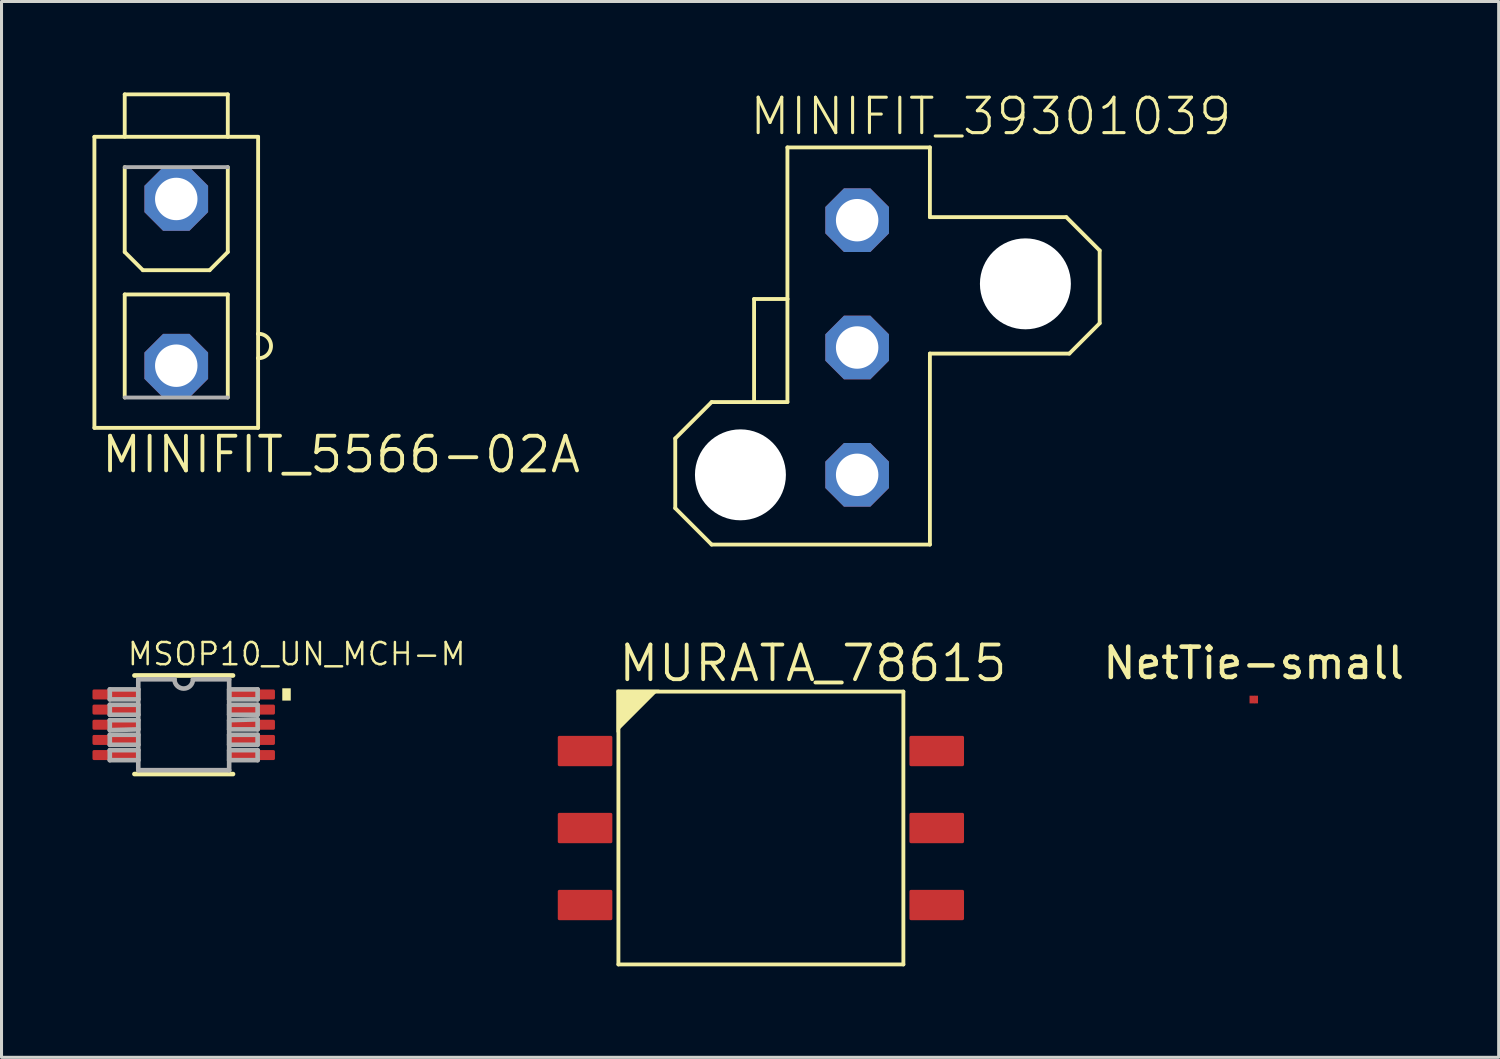
<source format=kicad_pcb>
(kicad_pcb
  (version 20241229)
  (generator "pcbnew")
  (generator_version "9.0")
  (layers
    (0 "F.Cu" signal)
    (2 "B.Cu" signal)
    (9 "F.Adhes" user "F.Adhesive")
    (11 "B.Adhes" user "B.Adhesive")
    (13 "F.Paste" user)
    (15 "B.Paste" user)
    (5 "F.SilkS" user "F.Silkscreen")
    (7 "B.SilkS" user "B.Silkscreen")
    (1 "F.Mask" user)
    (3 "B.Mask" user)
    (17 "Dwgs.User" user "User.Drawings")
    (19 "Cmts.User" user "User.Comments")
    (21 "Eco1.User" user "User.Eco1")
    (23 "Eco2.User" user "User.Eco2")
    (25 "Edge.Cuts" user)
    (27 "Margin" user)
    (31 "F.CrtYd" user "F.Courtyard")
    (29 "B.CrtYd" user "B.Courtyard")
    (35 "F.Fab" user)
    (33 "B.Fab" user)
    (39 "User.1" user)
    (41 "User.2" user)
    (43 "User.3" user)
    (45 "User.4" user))
  (footprint "MURATA_78615"
    (layer "F.Cu")
    (at 22.049 24.263)
    (property "Reference" "MURATA_78615" (at -4.763 -4.763 0) (layer "F.SilkS") (effects (font (size 1.143 1.143) (thickness 0.127)) (justify left bottom)))
    (attr smd)
    (fp_line (start -4.7 -4.5) (end 4.7 -4.5) (stroke (width 0.127) (type solid)) (layer "F.SilkS"))
    (fp_line (start -4.7 4.5) (end -4.7 -4.5) (stroke (width 0.127) (type solid)) (layer "F.SilkS"))
    (fp_line (start 4.7 -4.5) (end 4.7 4.5) (stroke (width 0.127) (type solid)) (layer "F.SilkS"))
    (fp_line (start 4.7 4.5) (end -4.7 4.5) (stroke (width 0.127) (type solid)) (layer "F.SilkS"))
    (fp_poly (pts (xy -4.763 -3.147) (xy -4.763 -4.564) (xy -3.347 -4.564)) (stroke (width 0) (type default)) (fill yes) (layer "F.SilkS"))
    (pad "1" smd roundrect (at -5.8 -2.54) (size 1.8 1) (layers "F.Cu" "F.Mask" "F.Paste") (roundrect_rratio 0.051))
    (pad "2" smd roundrect (at -5.8 0) (size 1.8 1) (layers "F.Cu" "F.Mask" "F.Paste") (roundrect_rratio 0.051))
    (pad "3" smd roundrect (at -5.8 2.54) (size 1.8 1) (layers "F.Cu" "F.Mask" "F.Paste") (roundrect_rratio 0.051))
    (pad "4" smd roundrect (at 5.8 2.54) (size 1.8 1) (layers "F.Cu" "F.Mask" "F.Paste") (roundrect_rratio 0.051))
    (pad "5" smd roundrect (at 5.8 0) (size 1.8 1) (layers "F.Cu" "F.Mask" "F.Paste") (roundrect_rratio 0.051))
    (pad "6" smd roundrect (at 5.8 -2.54) (size 1.8 1) (layers "F.Cu" "F.Mask" "F.Paste") (roundrect_rratio 0.051)))
  (footprint "MSOP10_UN_MCH-M"
    (layer "F.Cu")
    (at 3.01 20.857)
    (property "Reference" "MSOP10_UN_MCH-M" (at -1.905 -1.905 0) (layer "F.SilkS") (effects (font (size 0.732 0.732) (thickness 0.081)) (justify left bottom)))
    (fp_line (start -1.626 1.626) (end 1.626 1.626) (stroke (width 0.152) (type solid)) (layer "F.SilkS"))
    (fp_line (start 1.626 -1.626) (end -1.626 -1.626) (stroke (width 0.152) (type solid)) (layer "F.SilkS"))
    (fp_poly (pts (xy 3.531 -0.797) (xy 3.251 -0.797) (xy 3.251 -1.203) (xy 3.531 -1.203)) (stroke (width 0) (type default)) (fill yes) (layer "F.SilkS"))
    (fp_line (start -2.438 -1.168) (end -2.438 -0.838) (stroke (width 0.152) (type solid)) (layer "F.Fab"))
    (fp_line (start -2.438 -0.838) (end -1.499 -0.838) (stroke (width 0.152) (type solid)) (layer "F.Fab"))
    (fp_line (start -2.438 -0.66) (end -2.438 -0.33) (stroke (width 0.152) (type solid)) (layer "F.Fab"))
    (fp_line (start -2.438 -0.33) (end -1.499 -0.33) (stroke (width 0.152) (type solid)) (layer "F.Fab"))
    (fp_line (start -2.438 -0.152) (end -2.438 0.178) (stroke (width 0.152) (type solid)) (layer "F.Fab"))
    (fp_line (start -2.438 0.178) (end -1.499 0.152) (stroke (width 0.152) (type solid)) (layer "F.Fab"))
    (fp_line (start -2.438 0.33) (end -2.438 0.66) (stroke (width 0.152) (type solid)) (layer "F.Fab"))
    (fp_line (start -2.438 0.66) (end -1.499 0.66) (stroke (width 0.152) (type solid)) (layer "F.Fab"))
    (fp_line (start -2.438 0.838) (end -2.438 1.168) (stroke (width 0.152) (type solid)) (layer "F.Fab"))
    (fp_line (start -2.438 1.168) (end -1.499 1.168) (stroke (width 0.152) (type solid)) (layer "F.Fab"))
    (fp_line (start -1.499 -1.499) (end -1.499 1.499) (stroke (width 0.152) (type solid)) (layer "F.Fab"))
    (fp_line (start -1.499 -1.168) (end -2.438 -1.168) (stroke (width 0.152) (type solid)) (layer "F.Fab"))
    (fp_line (start -1.499 -0.838) (end -1.499 -1.168) (stroke (width 0.152) (type solid)) (layer "F.Fab"))
    (fp_line (start -1.499 -0.66) (end -2.438 -0.66) (stroke (width 0.152) (type solid)) (layer "F.Fab"))
    (fp_line (start -1.499 -0.33) (end -1.499 -0.66) (stroke (width 0.152) (type solid)) (layer "F.Fab"))
    (fp_line (start -1.499 -0.152) (end -2.438 -0.152) (stroke (width 0.152) (type solid)) (layer "F.Fab"))
    (fp_line (start -1.499 0.152) (end -1.499 -0.152) (stroke (width 0.152) (type solid)) (layer "F.Fab"))
    (fp_line (start -1.499 0.33) (end -2.438 0.33) (stroke (width 0.152) (type solid)) (layer "F.Fab"))
    (fp_line (start -1.499 0.66) (end -1.499 0.33) (stroke (width 0.152) (type solid)) (layer "F.Fab"))
    (fp_line (start -1.499 0.838) (end -2.438 0.838) (stroke (width 0.152) (type solid)) (layer "F.Fab"))
    (fp_line (start -1.499 1.168) (end -1.499 0.838) (stroke (width 0.152) (type solid)) (layer "F.Fab"))
    (fp_line (start -1.499 1.499) (end 1.499 1.499) (stroke (width 0.152) (type solid)) (layer "F.Fab"))
    (fp_line (start -0.305 -1.499) (end -1.499 -1.499) (stroke (width 0.152) (type solid)) (layer "F.Fab"))
    (fp_line (start 1.499 -1.499) (end 0.305 -1.499) (stroke (width 0.152) (type solid)) (layer "F.Fab"))
    (fp_line (start 1.499 -1.168) (end 1.499 -0.838) (stroke (width 0.152) (type solid)) (layer "F.Fab"))
    (fp_line (start 1.499 -0.838) (end 2.438 -0.838) (stroke (width 0.152) (type solid)) (layer "F.Fab"))
    (fp_line (start 1.499 -0.66) (end 1.499 -0.33) (stroke (width 0.152) (type solid)) (layer "F.Fab"))
    (fp_line (start 1.499 -0.33) (end 2.438 -0.33) (stroke (width 0.152) (type solid)) (layer "F.Fab"))
    (fp_line (start 1.499 -0.152) (end 1.499 0.152) (stroke (width 0.152) (type solid)) (layer "F.Fab"))
    (fp_line (start 1.499 0.152) (end 2.438 0.152) (stroke (width 0.152) (type solid)) (layer "F.Fab"))
    (fp_line (start 1.499 0.33) (end 1.499 0.66) (stroke (width 0.152) (type solid)) (layer "F.Fab"))
    (fp_line (start 1.499 0.66) (end 2.438 0.66) (stroke (width 0.152) (type solid)) (layer "F.Fab"))
    (fp_line (start 1.499 0.838) (end 1.499 1.168) (stroke (width 0.152) (type solid)) (layer "F.Fab"))
    (fp_line (start 1.499 1.168) (end 2.438 1.168) (stroke (width 0.152) (type solid)) (layer "F.Fab"))
    (fp_line (start 1.499 1.499) (end 1.499 -1.499) (stroke (width 0.152) (type solid)) (layer "F.Fab"))
    (fp_line (start 2.438 -1.168) (end 1.499 -1.168) (stroke (width 0.152) (type solid)) (layer "F.Fab"))
    (fp_line (start 2.438 -0.838) (end 2.438 -1.168) (stroke (width 0.152) (type solid)) (layer "F.Fab"))
    (fp_line (start 2.438 -0.66) (end 1.499 -0.66) (stroke (width 0.152) (type solid)) (layer "F.Fab"))
    (fp_line (start 2.438 -0.33) (end 2.438 -0.66) (stroke (width 0.152) (type solid)) (layer "F.Fab"))
    (fp_line (start 2.438 -0.178) (end 1.499 -0.152) (stroke (width 0.152) (type solid)) (layer "F.Fab"))
    (fp_line (start 2.438 0.152) (end 2.438 -0.178) (stroke (width 0.152) (type solid)) (layer "F.Fab"))
    (fp_line (start 2.438 0.33) (end 1.499 0.33) (stroke (width 0.152) (type solid)) (layer "F.Fab"))
    (fp_line (start 2.438 0.66) (end 2.438 0.33) (stroke (width 0.152) (type solid)) (layer "F.Fab"))
    (fp_line (start 2.438 0.838) (end 1.499 0.838) (stroke (width 0.152) (type solid)) (layer "F.Fab"))
    (fp_line (start 2.438 1.168) (end 2.438 0.838) (stroke (width 0.152) (type solid)) (layer "F.Fab"))
    (fp_arc (start 0.3048 -1.4986) (mid 0 -1.1938) (end -0.3048 -1.4986) (stroke (width 0.1524) (type solid)) (layer "F.Fab"))
    (pad "1" smd roundrect (at -2.254 -1) (size 1.511 0.33) (layers "F.Cu" "F.Mask" "F.Paste") (roundrect_rratio 0.154))
    (pad "2" smd roundrect (at -2.254 -0.5) (size 1.511 0.33) (layers "F.Cu" "F.Mask" "F.Paste") (roundrect_rratio 0.154))
    (pad "3" smd roundrect (at -2.254 0) (size 1.511 0.33) (layers "F.Cu" "F.Mask" "F.Paste") (roundrect_rratio 0.154))
    (pad "4" smd roundrect (at -2.254 0.5) (size 1.511 0.33) (layers "F.Cu" "F.Mask" "F.Paste") (roundrect_rratio 0.154))
    (pad "5" smd roundrect (at -2.254 1) (size 1.511 0.33) (layers "F.Cu" "F.Mask" "F.Paste") (roundrect_rratio 0.154))
    (pad "6" smd roundrect (at 2.254 1) (size 1.511 0.33) (layers "F.Cu" "F.Mask" "F.Paste") (roundrect_rratio 0.154))
    (pad "7" smd roundrect (at 2.254 0.5) (size 1.511 0.33) (layers "F.Cu" "F.Mask" "F.Paste") (roundrect_rratio 0.154))
    (pad "8" smd roundrect (at 2.254 0) (size 1.511 0.33) (layers "F.Cu" "F.Mask" "F.Paste") (roundrect_rratio 0.154))
    (pad "9" smd roundrect (at 2.254 -0.5) (size 1.511 0.33) (layers "F.Cu" "F.Mask" "F.Paste") (roundrect_rratio 0.154))
    (pad "10" smd roundrect (at 2.254 -1) (size 1.511 0.33) (layers "F.Cu" "F.Mask" "F.Paste") (roundrect_rratio 0.154)))
  (footprint "MINIFIT_39301039"
    (layer "F.Cu")
    (at 25.224 8.413)
    (property "Reference" "MINIFIT_39301039" (at -3.61 -6.94 0) (layer "F.SilkS") (effects (font (size 1.168 1.168) (thickness 0.102)) (justify left bottom)))
    (fp_line (start -6 3) (end -4.8 1.8) (stroke (width 0.127) (type solid)) (layer "F.SilkS"))
    (fp_line (start -6 5.3) (end -6 3) (stroke (width 0.127) (type solid)) (layer "F.SilkS"))
    (fp_line (start -4.8 1.8) (end -3.4 1.8) (stroke (width 0.127) (type solid)) (layer "F.SilkS"))
    (fp_line (start -4.8 6.5) (end -6 5.3) (stroke (width 0.127) (type solid)) (layer "F.SilkS"))
    (fp_line (start -3.4 -1.6) (end -3.4 1.8) (stroke (width 0.127) (type solid)) (layer "F.SilkS"))
    (fp_line (start -3.4 1.8) (end -2.3 1.8) (stroke (width 0.127) (type solid)) (layer "F.SilkS"))
    (fp_line (start -2.3 -6.6) (end 2.4 -6.6) (stroke (width 0.127) (type solid)) (layer "F.SilkS"))
    (fp_line (start -2.3 -1.6) (end -3.4 -1.6) (stroke (width 0.127) (type solid)) (layer "F.SilkS"))
    (fp_line (start -2.3 -1.6) (end -2.3 -6.6) (stroke (width 0.127) (type solid)) (layer "F.SilkS"))
    (fp_line (start -2.3 1.8) (end -2.3 -1.6) (stroke (width 0.127) (type solid)) (layer "F.SilkS"))
    (fp_line (start 2.4 -6.6) (end 2.4 -4.3) (stroke (width 0.127) (type solid)) (layer "F.SilkS"))
    (fp_line (start 2.4 -4.3) (end 6.9 -4.3) (stroke (width 0.127) (type solid)) (layer "F.SilkS"))
    (fp_line (start 2.4 0.2) (end 2.4 6.5) (stroke (width 0.127) (type solid)) (layer "F.SilkS"))
    (fp_line (start 2.4 6.5) (end -4.8 6.5) (stroke (width 0.127) (type solid)) (layer "F.SilkS"))
    (fp_line (start 6.9 -4.3) (end 8 -3.2) (stroke (width 0.127) (type solid)) (layer "F.SilkS"))
    (fp_line (start 7 0.2) (end 2.4 0.2) (stroke (width 0.127) (type solid)) (layer "F.SilkS"))
    (fp_line (start 8 -3.2) (end 8 -0.8) (stroke (width 0.127) (type solid)) (layer "F.SilkS"))
    (fp_line (start 8 -0.8) (end 7 0.2) (stroke (width 0.127) (type solid)) (layer "F.SilkS"))
    (pad "" np_thru_hole circle (at -3.85 4.2) (size 3 3) (drill 3) (layers "*.Cu" "*.Mask"))
    (pad "" np_thru_hole circle (at 5.55 -2.1) (size 3 3) (drill 3) (layers "*.Cu" "*.Mask"))
    (pad "1" thru_hole roundrect (at 0 -4.2) (size 2.1 2.1) (drill 1.4) (layers "*.Cu" "*.Mask") (roundrect_rratio 0.25) (chamfer_ratio 0.293) (chamfer top_left top_right bottom_left bottom_right))
    (pad "2" thru_hole roundrect (at 0 0) (size 2.1 2.1) (drill 1.4) (layers "*.Cu" "*.Mask") (roundrect_rratio 0.25) (chamfer_ratio 0.293) (chamfer top_left top_right bottom_left bottom_right))
    (pad "3" thru_hole roundrect (at 0 4.2) (size 2.1 2.1) (drill 1.4) (layers "*.Cu" "*.Mask") (roundrect_rratio 0.25) (chamfer_ratio 0.293) (chamfer top_left top_right bottom_left bottom_right)))
  (footprint "NetTie-small"
    (layer "F.Cu")
    (at 38.307 20.025)
    (property "Reference" "NetTie-small" (at 0 -1.2 0) (layer "F.SilkS") (effects (font (size 1 1) (thickness 0.15))))
    (attr exclude_from_pos_files exclude_from_bom allow_missing_courtyard)
    (fp_poly (pts (xy -0.025 -0.123) (xy 0.035 -0.123) (xy 0.035 0.123) (xy -0.025 0.123)) (stroke (width 0) (type solid)) (fill yes) (layer "F.Cu"))
    (pad "1" smd rect (at -0.076 0) (size 0.127 0.254) (layers "F.Cu"))
    (pad "2" smd rect (at 0.076 0) (size 0.127 0.254) (layers "F.Cu")))
  (footprint "MINIFIT_5566-02A"
    (layer "F.Cu")
    (at 2.764 6.263)
    (property "Reference" "MINIFIT_5566-02A" (at -2.54 6.35 0) (layer "F.SilkS") (effects (font (size 1.143 1.143) (thickness 0.127)) (justify left bottom)))
    (fp_line (start -2.7 -4.8) (end 2.7 -4.8) (stroke (width 0.127) (type solid)) (layer "F.SilkS"))
    (fp_line (start -2.7 4.8) (end -2.7 -4.8) (stroke (width 0.127) (type solid)) (layer "F.SilkS"))
    (fp_line (start -2.7 4.8) (end 2.7 4.8) (stroke (width 0.127) (type solid)) (layer "F.SilkS"))
    (fp_line (start -1.7 -6.2) (end -1.7 -4.8) (stroke (width 0.127) (type solid)) (layer "F.SilkS"))
    (fp_line (start -1.7 -1) (end -1.7 -3.8) (stroke (width 0.127) (type solid)) (layer "F.SilkS"))
    (fp_line (start -1.7 0.4) (end 1.7 0.4) (stroke (width 0.127) (type solid)) (layer "F.SilkS"))
    (fp_line (start -1.7 3.8) (end -1.7 0.4) (stroke (width 0.127) (type solid)) (layer "F.SilkS"))
    (fp_line (start -1.1 -0.4) (end -1.7 -1) (stroke (width 0.127) (type solid)) (layer "F.SilkS"))
    (fp_line (start 1.1 -0.4) (end -1.1 -0.4) (stroke (width 0.127) (type solid)) (layer "F.SilkS"))
    (fp_line (start 1.7 -6.2) (end -1.7 -6.2) (stroke (width 0.127) (type solid)) (layer "F.SilkS"))
    (fp_line (start 1.7 -4.8) (end 1.7 -6.2) (stroke (width 0.127) (type solid)) (layer "F.SilkS"))
    (fp_line (start 1.7 -3.8) (end 1.7 -1) (stroke (width 0.127) (type solid)) (layer "F.SilkS"))
    (fp_line (start 1.7 -1) (end 1.1 -0.4) (stroke (width 0.127) (type solid)) (layer "F.SilkS"))
    (fp_line (start 1.7 0.4) (end 1.7 3.8) (stroke (width 0.127) (type solid)) (layer "F.SilkS"))
    (fp_line (start 2.7 -4.8) (end 2.7 1.7) (stroke (width 0.127) (type solid)) (layer "F.SilkS"))
    (fp_line (start 2.7 1.7) (end 2.7 2.5) (stroke (width 0.127) (type solid)) (layer "F.SilkS"))
    (fp_line (start 2.7 2.5) (end 2.7 4.8) (stroke (width 0.127) (type solid)) (layer "F.SilkS"))
    (fp_arc (start 2.7 1.7) (mid 3.12578 2.1) (end 2.7 2.5) (stroke (width 0.127) (type solid)) (layer "F.SilkS"))
    (fp_line (start -1.7 -3.8) (end 1.7 -3.8) (stroke (width 0.127) (type solid)) (layer "F.Fab"))
    (fp_line (start 1.7 3.8) (end -1.7 3.8) (stroke (width 0.127) (type solid)) (layer "F.Fab"))
    (pad "1" thru_hole roundrect (at 0 -2.75) (size 2.1 2.1) (drill 1.4) (layers "*.Cu" "*.Mask") (roundrect_rratio 0.25) (chamfer_ratio 0.293) (chamfer top_left top_right bottom_left bottom_right))
    (pad "2" thru_hole roundrect (at 0 2.75) (size 2.1 2.1) (drill 1.4) (layers "*.Cu" "*.Mask") (roundrect_rratio 0.25) (chamfer_ratio 0.293) (chamfer top_left top_right bottom_left bottom_right)))
  (gr_rect
    (start -3 -3)
    (end 46.385 31.827)
    (stroke (width 0.1) (type default))
    (fill no)
    (layer "Edge.Cuts")))
</source>
